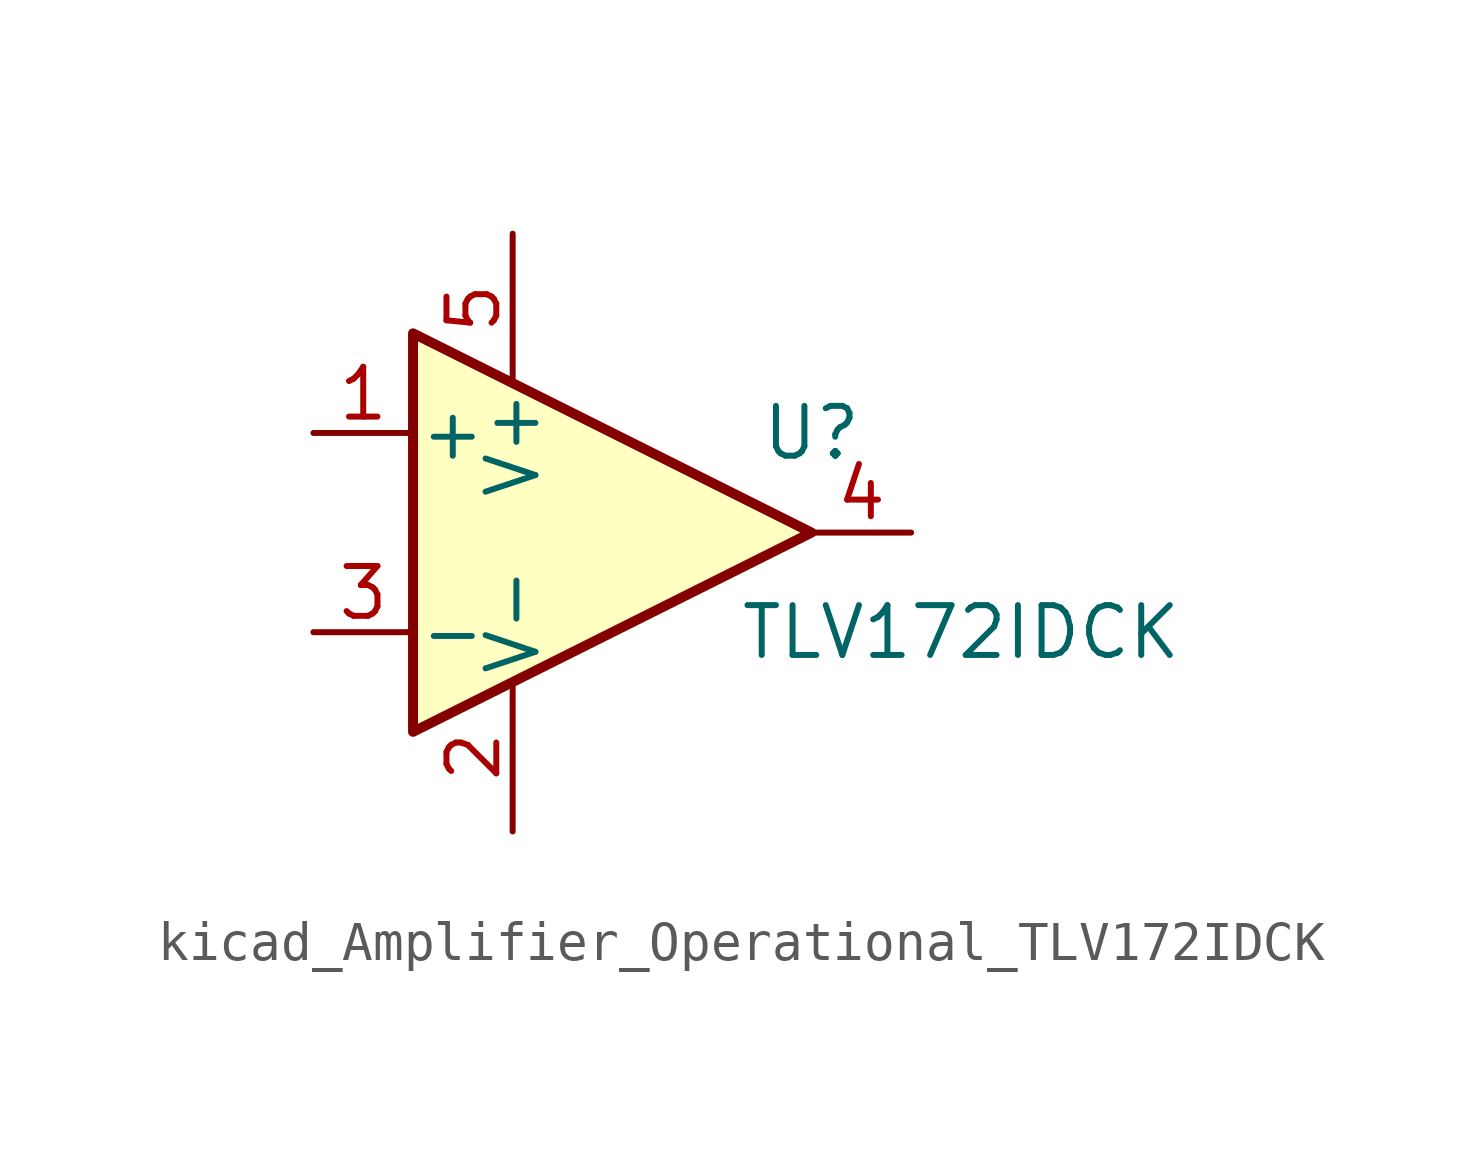
<source format=kicad_sym>
(kicad_symbol_lib
  (version 20220914)
  (generator kicad_symbol_editor)
  (symbol "kicad_Amplifier_Operational_TLV172IDCK"
    (pin_names
      (offset 0.127))
    (property "Reference" "U"
      (at 7.62 2.54 0)
      (effects (font (size 1.27 1.27))))
    (property "Value" "TLV172IDCK"
      (at 11.43 -2.54 0)
      (effects (font (size 1.27 1.27))))
    (symbol "kicad_Amplifier_Operational_TLV172IDCK_0_1"
      (polyline (pts (xy -2.54 5.08) (xy -2.54 -5.08) (xy 7.62 0) (xy -2.54 5.08)) (stroke (width 0.254) (type default)) (fill (type background))))
    (symbol "kicad_Amplifier_Operational_TLV172IDCK_1_1"
      (pin input line (at -5.08 2.54 0) (length 2.54) (name "+" (effects (font (size 1.27 1.27)))) (number "1" (effects (font (size 1.27 1.27)))))
      (pin power_in line (at 0 -7.62 90) (length 3.81) (name "V-" (effects (font (size 1.27 1.27)))) (number "2" (effects (font (size 1.27 1.27)))))
      (pin input line (at -5.08 -2.54 0) (length 2.54) (name "-" (effects (font (size 1.27 1.27)))) (number "3" (effects (font (size 1.27 1.27)))))
      (pin output line (at 10.16 0 180) (length 2.54) (name "~" (effects (font (size 1.27 1.27)))) (number "4" (effects (font (size 1.27 1.27)))))
      (pin power_in line (at 0 7.62 270) (length 3.81) (name "V+" (effects (font (size 1.27 1.27)))) (number "5" (effects (font (size 1.27 1.27))))))))
</source>
